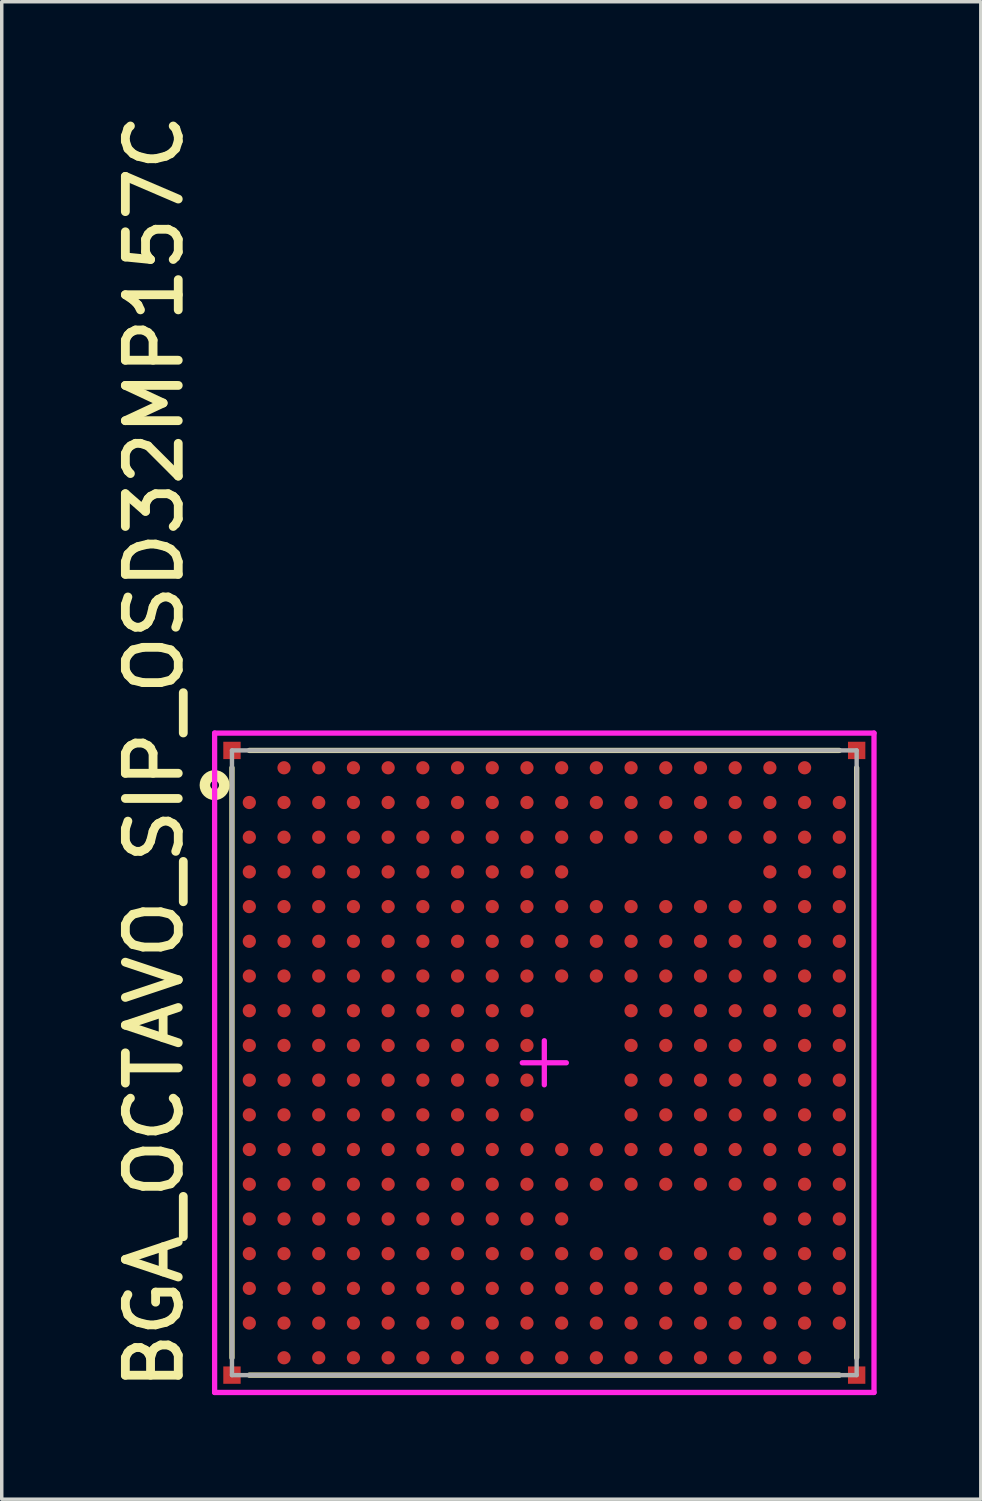
<source format=kicad_pcb>
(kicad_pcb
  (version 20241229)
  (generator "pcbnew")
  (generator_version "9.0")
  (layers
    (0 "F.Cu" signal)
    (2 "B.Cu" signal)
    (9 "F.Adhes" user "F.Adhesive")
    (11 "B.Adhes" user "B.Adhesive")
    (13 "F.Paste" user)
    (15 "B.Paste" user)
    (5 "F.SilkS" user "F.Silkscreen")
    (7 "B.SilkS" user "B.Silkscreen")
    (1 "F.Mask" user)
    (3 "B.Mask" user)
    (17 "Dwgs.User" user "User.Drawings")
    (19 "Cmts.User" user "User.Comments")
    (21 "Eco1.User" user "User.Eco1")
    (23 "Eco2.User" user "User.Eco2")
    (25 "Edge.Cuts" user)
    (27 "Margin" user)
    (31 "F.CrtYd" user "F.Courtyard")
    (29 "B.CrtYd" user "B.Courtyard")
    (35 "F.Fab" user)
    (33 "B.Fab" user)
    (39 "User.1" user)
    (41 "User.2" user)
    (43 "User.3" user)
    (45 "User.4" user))
  (footprint "BGA_OCTAVO_SIP_OSD32MP157C"
    (layer "F.Cu")
    (at 12.634 27.573)
    (property "Reference" "BGA_OCTAVO_SIP_OSD32MP157C" (at -10.348 9.533 90) (unlocked yes) (layer "F.SilkS") (effects (font (size 1.524 1.524) (thickness 0.254)) (justify left bottom)))
    (fp_line (start -9 8.5) (end -9 -8.5) (stroke (width 0.152) (type solid)) (layer "F.SilkS"))
    (fp_line (start 8.5 -9) (end -8.5 -9) (stroke (width 0.152) (type solid)) (layer "F.SilkS"))
    (fp_line (start 8.5 9) (end -8.5 9) (stroke (width 0.152) (type solid)) (layer "F.SilkS"))
    (fp_line (start 9 8.5) (end 9 -8.5) (stroke (width 0.152) (type solid)) (layer "F.SilkS"))
    (fp_circle (center -9.5 -8) (end -9.627 -8) (stroke (width 0.305) (type solid)) (fill no) (layer "F.SilkS"))
    (fp_line (start -9.5 9.5) (end -9.5 -9.5) (stroke (width 0.152) (type solid)) (layer "F.CrtYd"))
    (fp_line (start 0 0.635) (end 0 -0.635) (stroke (width 0.152) (type solid)) (layer "F.CrtYd"))
    (fp_line (start 0.635 0) (end -0.635 0) (stroke (width 0.152) (type solid)) (layer "F.CrtYd"))
    (fp_line (start 9.5 -9.5) (end -9.5 -9.5) (stroke (width 0.152) (type solid)) (layer "F.CrtYd"))
    (fp_line (start 9.5 9.5) (end -9.5 9.5) (stroke (width 0.152) (type solid)) (layer "F.CrtYd"))
    (fp_line (start 9.5 9.5) (end 9.5 -9.5) (stroke (width 0.152) (type solid)) (layer "F.CrtYd"))
    (fp_line (start -9 9) (end -9 -9) (stroke (width 0.127) (type solid)) (layer "F.Fab"))
    (fp_line (start 9 -9) (end -9 -9) (stroke (width 0.127) (type solid)) (layer "F.Fab"))
    (fp_line (start 9 9) (end -9 9) (stroke (width 0.127) (type solid)) (layer "F.Fab"))
    (fp_line (start 9 9) (end 9 -9) (stroke (width 0.127) (type solid)) (layer "F.Fab"))
    (fp_text user "${REFERENCE}" (at 0.381 0.432 90) (unlocked yes) (layer "User.6") (effects (font (size 0.635 0.635) (thickness 0.076))))
    (pad "0" smd rect (at -9 -9 90) (size 0.5 0.5) (layers "F.Cu" "F.Mask" "F.Paste"))
    (pad "0" smd rect (at -9 9 90) (size 0.5 0.5) (layers "F.Cu" "F.Mask" "F.Paste"))
    (pad "0" smd rect (at 9 -9 90) (size 0.5 0.5) (layers "F.Cu" "F.Mask" "F.Paste"))
    (pad "0" smd rect (at 9 9 90) (size 0.5 0.5) (layers "F.Cu" "F.Mask" "F.Paste"))
    (pad "A2" smd circle (at -7.5 -8.5) (size 0.381 0.381) (layers "F.Cu" "F.Mask" "F.Paste"))
    (pad "A3" smd circle (at -6.5 -8.5) (size 0.381 0.381) (layers "F.Cu" "F.Mask" "F.Paste"))
    (pad "A4" smd circle (at -5.5 -8.5) (size 0.381 0.381) (layers "F.Cu" "F.Mask" "F.Paste"))
    (pad "A5" smd circle (at -4.5 -8.5) (size 0.381 0.381) (layers "F.Cu" "F.Mask" "F.Paste"))
    (pad "A6" smd circle (at -3.5 -8.5) (size 0.381 0.381) (layers "F.Cu" "F.Mask" "F.Paste"))
    (pad "A7" smd circle (at -2.5 -8.5) (size 0.381 0.381) (layers "F.Cu" "F.Mask" "F.Paste"))
    (pad "A8" smd circle (at -1.5 -8.5) (size 0.381 0.381) (layers "F.Cu" "F.Mask" "F.Paste"))
    (pad "A9" smd circle (at -0.5 -8.5) (size 0.381 0.381) (layers "F.Cu" "F.Mask" "F.Paste"))
    (pad "A10" smd circle (at 0.5 -8.5) (size 0.381 0.381) (layers "F.Cu" "F.Mask" "F.Paste"))
    (pad "A11" smd circle (at 1.5 -8.5) (size 0.381 0.381) (layers "F.Cu" "F.Mask" "F.Paste"))
    (pad "A12" smd circle (at 2.5 -8.5) (size 0.381 0.381) (layers "F.Cu" "F.Mask" "F.Paste"))
    (pad "A13" smd circle (at 3.5 -8.5) (size 0.381 0.381) (layers "F.Cu" "F.Mask" "F.Paste"))
    (pad "A14" smd circle (at 4.5 -8.5) (size 0.381 0.381) (layers "F.Cu" "F.Mask" "F.Paste"))
    (pad "A15" smd circle (at 5.5 -8.5) (size 0.381 0.381) (layers "F.Cu" "F.Mask" "F.Paste"))
    (pad "A16" smd circle (at 6.5 -8.5) (size 0.381 0.381) (layers "F.Cu" "F.Mask" "F.Paste"))
    (pad "A17" smd circle (at 7.5 -8.5) (size 0.381 0.381) (layers "F.Cu" "F.Mask" "F.Paste"))
    (pad "B1" smd circle (at -8.5 -7.5) (size 0.381 0.381) (layers "F.Cu" "F.Mask" "F.Paste"))
    (pad "B2" smd circle (at -7.5 -7.5) (size 0.381 0.381) (layers "F.Cu" "F.Mask" "F.Paste"))
    (pad "B3" smd circle (at -6.5 -7.5) (size 0.381 0.381) (layers "F.Cu" "F.Mask" "F.Paste"))
    (pad "B4" smd circle (at -5.5 -7.5) (size 0.381 0.381) (layers "F.Cu" "F.Mask" "F.Paste"))
    (pad "B5" smd circle (at -4.5 -7.5) (size 0.381 0.381) (layers "F.Cu" "F.Mask" "F.Paste"))
    (pad "B6" smd circle (at -3.5 -7.5) (size 0.381 0.381) (layers "F.Cu" "F.Mask" "F.Paste"))
    (pad "B7" smd circle (at -2.5 -7.5) (size 0.381 0.381) (layers "F.Cu" "F.Mask" "F.Paste"))
    (pad "B8" smd circle (at -1.5 -7.5) (size 0.381 0.381) (layers "F.Cu" "F.Mask" "F.Paste"))
    (pad "B9" smd circle (at -0.5 -7.5) (size 0.381 0.381) (layers "F.Cu" "F.Mask" "F.Paste"))
    (pad "B10" smd circle (at 0.5 -7.5) (size 0.381 0.381) (layers "F.Cu" "F.Mask" "F.Paste"))
    (pad "B11" smd circle (at 1.5 -7.5) (size 0.381 0.381) (layers "F.Cu" "F.Mask" "F.Paste"))
    (pad "B12" smd circle (at 2.5 -7.5) (size 0.381 0.381) (layers "F.Cu" "F.Mask" "F.Paste"))
    (pad "B13" smd circle (at 3.5 -7.5) (size 0.381 0.381) (layers "F.Cu" "F.Mask" "F.Paste"))
    (pad "B14" smd circle (at 4.5 -7.5) (size 0.381 0.381) (layers "F.Cu" "F.Mask" "F.Paste"))
    (pad "B15" smd circle (at 5.5 -7.5) (size 0.381 0.381) (layers "F.Cu" "F.Mask" "F.Paste"))
    (pad "B16" smd circle (at 6.5 -7.5) (size 0.381 0.381) (layers "F.Cu" "F.Mask" "F.Paste"))
    (pad "B17" smd circle (at 7.5 -7.5) (size 0.381 0.381) (layers "F.Cu" "F.Mask" "F.Paste"))
    (pad "B18" smd circle (at 8.5 -7.5) (size 0.381 0.381) (layers "F.Cu" "F.Mask" "F.Paste"))
    (pad "C1" smd circle (at -8.5 -6.5) (size 0.381 0.381) (layers "F.Cu" "F.Mask" "F.Paste"))
    (pad "C2" smd circle (at -7.5 -6.5) (size 0.381 0.381) (layers "F.Cu" "F.Mask" "F.Paste"))
    (pad "C3" smd circle (at -6.5 -6.5) (size 0.381 0.381) (layers "F.Cu" "F.Mask" "F.Paste"))
    (pad "C4" smd circle (at -5.5 -6.5) (size 0.381 0.381) (layers "F.Cu" "F.Mask" "F.Paste"))
    (pad "C5" smd circle (at -4.5 -6.5) (size 0.381 0.381) (layers "F.Cu" "F.Mask" "F.Paste"))
    (pad "C6" smd circle (at -3.5 -6.5) (size 0.381 0.381) (layers "F.Cu" "F.Mask" "F.Paste"))
    (pad "C7" smd circle (at -2.5 -6.5) (size 0.381 0.381) (layers "F.Cu" "F.Mask" "F.Paste"))
    (pad "C8" smd circle (at -1.5 -6.5) (size 0.381 0.381) (layers "F.Cu" "F.Mask" "F.Paste"))
    (pad "C9" smd circle (at -0.5 -6.5) (size 0.381 0.381) (layers "F.Cu" "F.Mask" "F.Paste"))
    (pad "C10" smd circle (at 0.5 -6.5) (size 0.381 0.381) (layers "F.Cu" "F.Mask" "F.Paste"))
    (pad "C11" smd circle (at 1.5 -6.5) (size 0.381 0.381) (layers "F.Cu" "F.Mask" "F.Paste"))
    (pad "C12" smd circle (at 2.5 -6.5) (size 0.381 0.381) (layers "F.Cu" "F.Mask" "F.Paste"))
    (pad "C13" smd circle (at 3.5 -6.5) (size 0.381 0.381) (layers "F.Cu" "F.Mask" "F.Paste"))
    (pad "C14" smd circle (at 4.5 -6.5) (size 0.381 0.381) (layers "F.Cu" "F.Mask" "F.Paste"))
    (pad "C15" smd circle (at 5.5 -6.5) (size 0.381 0.381) (layers "F.Cu" "F.Mask" "F.Paste"))
    (pad "C16" smd circle (at 6.5 -6.5) (size 0.381 0.381) (layers "F.Cu" "F.Mask" "F.Paste"))
    (pad "C17" smd circle (at 7.5 -6.5) (size 0.381 0.381) (layers "F.Cu" "F.Mask" "F.Paste"))
    (pad "C18" smd circle (at 8.5 -6.5) (size 0.381 0.381) (layers "F.Cu" "F.Mask" "F.Paste"))
    (pad "D1" smd circle (at -8.5 -5.5) (size 0.381 0.381) (layers "F.Cu" "F.Mask" "F.Paste"))
    (pad "D2" smd circle (at -7.5 -5.5) (size 0.381 0.381) (layers "F.Cu" "F.Mask" "F.Paste"))
    (pad "D3" smd circle (at -6.5 -5.5) (size 0.381 0.381) (layers "F.Cu" "F.Mask" "F.Paste"))
    (pad "D4" smd circle (at -5.5 -5.5) (size 0.381 0.381) (layers "F.Cu" "F.Mask" "F.Paste"))
    (pad "D5" smd circle (at -4.5 -5.5) (size 0.381 0.381) (layers "F.Cu" "F.Mask" "F.Paste"))
    (pad "D6" smd circle (at -3.5 -5.5) (size 0.381 0.381) (layers "F.Cu" "F.Mask" "F.Paste"))
    (pad "D7" smd circle (at -2.5 -5.5) (size 0.381 0.381) (layers "F.Cu" "F.Mask" "F.Paste"))
    (pad "D8" smd circle (at -1.5 -5.5) (size 0.381 0.381) (layers "F.Cu" "F.Mask" "F.Paste"))
    (pad "D9" smd circle (at -0.5 -5.5) (size 0.381 0.381) (layers "F.Cu" "F.Mask" "F.Paste"))
    (pad "D10" smd circle (at 0.5 -5.5) (size 0.381 0.381) (layers "F.Cu" "F.Mask" "F.Paste"))
    (pad "D16" smd circle (at 6.5 -5.5) (size 0.381 0.381) (layers "F.Cu" "F.Mask" "F.Paste"))
    (pad "D17" smd circle (at 7.5 -5.5) (size 0.381 0.381) (layers "F.Cu" "F.Mask" "F.Paste"))
    (pad "D18" smd circle (at 8.5 -5.5) (size 0.381 0.381) (layers "F.Cu" "F.Mask" "F.Paste"))
    (pad "E1" smd circle (at -8.5 -4.5) (size 0.381 0.381) (layers "F.Cu" "F.Mask" "F.Paste"))
    (pad "E2" smd circle (at -7.5 -4.5) (size 0.381 0.381) (layers "F.Cu" "F.Mask" "F.Paste"))
    (pad "E3" smd circle (at -6.5 -4.5) (size 0.381 0.381) (layers "F.Cu" "F.Mask" "F.Paste"))
    (pad "E4" smd circle (at -5.5 -4.5) (size 0.381 0.381) (layers "F.Cu" "F.Mask" "F.Paste"))
    (pad "E5" smd circle (at -4.5 -4.5) (size 0.381 0.381) (layers "F.Cu" "F.Mask" "F.Paste"))
    (pad "E6" smd circle (at -3.5 -4.5) (size 0.381 0.381) (layers "F.Cu" "F.Mask" "F.Paste"))
    (pad "E7" smd circle (at -2.5 -4.5) (size 0.381 0.381) (layers "F.Cu" "F.Mask" "F.Paste"))
    (pad "E8" smd circle (at -1.5 -4.5) (size 0.381 0.381) (layers "F.Cu" "F.Mask" "F.Paste"))
    (pad "E9" smd circle (at -0.5 -4.5) (size 0.381 0.381) (layers "F.Cu" "F.Mask" "F.Paste"))
    (pad "E10" smd circle (at 0.5 -4.5) (size 0.381 0.381) (layers "F.Cu" "F.Mask" "F.Paste"))
    (pad "E11" smd circle (at 1.5 -4.5) (size 0.381 0.381) (layers "F.Cu" "F.Mask" "F.Paste"))
    (pad "E12" smd circle (at 2.5 -4.5) (size 0.381 0.381) (layers "F.Cu" "F.Mask" "F.Paste"))
    (pad "E13" smd circle (at 3.5 -4.5) (size 0.381 0.381) (layers "F.Cu" "F.Mask" "F.Paste"))
    (pad "E14" smd circle (at 4.5 -4.5) (size 0.381 0.381) (layers "F.Cu" "F.Mask" "F.Paste"))
    (pad "E15" smd circle (at 5.5 -4.5) (size 0.381 0.381) (layers "F.Cu" "F.Mask" "F.Paste"))
    (pad "E16" smd circle (at 6.5 -4.5) (size 0.381 0.381) (layers "F.Cu" "F.Mask" "F.Paste"))
    (pad "E17" smd circle (at 7.5 -4.5) (size 0.381 0.381) (layers "F.Cu" "F.Mask" "F.Paste"))
    (pad "E18" smd circle (at 8.5 -4.5) (size 0.381 0.381) (layers "F.Cu" "F.Mask" "F.Paste"))
    (pad "F1" smd circle (at -8.5 -3.5) (size 0.381 0.381) (layers "F.Cu" "F.Mask" "F.Paste"))
    (pad "F2" smd circle (at -7.5 -3.5) (size 0.381 0.381) (layers "F.Cu" "F.Mask" "F.Paste"))
    (pad "F3" smd circle (at -6.5 -3.5) (size 0.381 0.381) (layers "F.Cu" "F.Mask" "F.Paste"))
    (pad "F4" smd circle (at -5.5 -3.5) (size 0.381 0.381) (layers "F.Cu" "F.Mask" "F.Paste"))
    (pad "F5" smd circle (at -4.5 -3.5) (size 0.381 0.381) (layers "F.Cu" "F.Mask" "F.Paste"))
    (pad "F6" smd circle (at -3.5 -3.5) (size 0.381 0.381) (layers "F.Cu" "F.Mask" "F.Paste"))
    (pad "F7" smd circle (at -2.5 -3.5) (size 0.381 0.381) (layers "F.Cu" "F.Mask" "F.Paste"))
    (pad "F8" smd circle (at -1.5 -3.5) (size 0.381 0.381) (layers "F.Cu" "F.Mask" "F.Paste"))
    (pad "F9" smd circle (at -0.5 -3.5) (size 0.381 0.381) (layers "F.Cu" "F.Mask" "F.Paste"))
    (pad "F10" smd circle (at 0.5 -3.5) (size 0.381 0.381) (layers "F.Cu" "F.Mask" "F.Paste"))
    (pad "F11" smd circle (at 1.5 -3.5) (size 0.381 0.381) (layers "F.Cu" "F.Mask" "F.Paste"))
    (pad "F12" smd circle (at 2.5 -3.5) (size 0.381 0.381) (layers "F.Cu" "F.Mask" "F.Paste"))
    (pad "F13" smd circle (at 3.5 -3.5) (size 0.381 0.381) (layers "F.Cu" "F.Mask" "F.Paste"))
    (pad "F14" smd circle (at 4.5 -3.5) (size 0.381 0.381) (layers "F.Cu" "F.Mask" "F.Paste"))
    (pad "F15" smd circle (at 5.5 -3.5) (size 0.381 0.381) (layers "F.Cu" "F.Mask" "F.Paste"))
    (pad "F16" smd circle (at 6.5 -3.5) (size 0.381 0.381) (layers "F.Cu" "F.Mask" "F.Paste"))
    (pad "F17" smd circle (at 7.5 -3.5) (size 0.381 0.381) (layers "F.Cu" "F.Mask" "F.Paste"))
    (pad "F18" smd circle (at 8.5 -3.5) (size 0.381 0.381) (layers "F.Cu" "F.Mask" "F.Paste"))
    (pad "G1" smd circle (at -8.5 -2.5) (size 0.381 0.381) (layers "F.Cu" "F.Mask" "F.Paste"))
    (pad "G2" smd circle (at -7.5 -2.5) (size 0.381 0.381) (layers "F.Cu" "F.Mask" "F.Paste"))
    (pad "G3" smd circle (at -6.5 -2.5) (size 0.381 0.381) (layers "F.Cu" "F.Mask" "F.Paste"))
    (pad "G4" smd circle (at -5.5 -2.5) (size 0.381 0.381) (layers "F.Cu" "F.Mask" "F.Paste"))
    (pad "G5" smd circle (at -4.5 -2.5) (size 0.381 0.381) (layers "F.Cu" "F.Mask" "F.Paste"))
    (pad "G6" smd circle (at -3.5 -2.5) (size 0.381 0.381) (layers "F.Cu" "F.Mask" "F.Paste"))
    (pad "G7" smd circle (at -2.5 -2.5) (size 0.381 0.381) (layers "F.Cu" "F.Mask" "F.Paste"))
    (pad "G8" smd circle (at -1.5 -2.5) (size 0.381 0.381) (layers "F.Cu" "F.Mask" "F.Paste"))
    (pad "G9" smd circle (at -0.5 -2.5) (size 0.381 0.381) (layers "F.Cu" "F.Mask" "F.Paste"))
    (pad "G10" smd circle (at 0.5 -2.5) (size 0.381 0.381) (layers "F.Cu" "F.Mask" "F.Paste"))
    (pad "G11" smd circle (at 1.5 -2.5) (size 0.381 0.381) (layers "F.Cu" "F.Mask" "F.Paste"))
    (pad "G12" smd circle (at 2.5 -2.5) (size 0.381 0.381) (layers "F.Cu" "F.Mask" "F.Paste"))
    (pad "G13" smd circle (at 3.5 -2.5) (size 0.381 0.381) (layers "F.Cu" "F.Mask" "F.Paste"))
    (pad "G14" smd circle (at 4.5 -2.5) (size 0.381 0.381) (layers "F.Cu" "F.Mask" "F.Paste"))
    (pad "G15" smd circle (at 5.5 -2.5) (size 0.381 0.381) (layers "F.Cu" "F.Mask" "F.Paste"))
    (pad "G16" smd circle (at 6.5 -2.5) (size 0.381 0.381) (layers "F.Cu" "F.Mask" "F.Paste"))
    (pad "G17" smd circle (at 7.5 -2.5) (size 0.381 0.381) (layers "F.Cu" "F.Mask" "F.Paste"))
    (pad "G18" smd circle (at 8.5 -2.5) (size 0.381 0.381) (layers "F.Cu" "F.Mask" "F.Paste"))
    (pad "H1" smd circle (at -8.5 -1.5) (size 0.381 0.381) (layers "F.Cu" "F.Mask" "F.Paste"))
    (pad "H2" smd circle (at -7.5 -1.5) (size 0.381 0.381) (layers "F.Cu" "F.Mask" "F.Paste"))
    (pad "H3" smd circle (at -6.5 -1.5) (size 0.381 0.381) (layers "F.Cu" "F.Mask" "F.Paste"))
    (pad "H4" smd circle (at -5.5 -1.5) (size 0.381 0.381) (layers "F.Cu" "F.Mask" "F.Paste"))
    (pad "H5" smd circle (at -4.5 -1.5) (size 0.381 0.381) (layers "F.Cu" "F.Mask" "F.Paste"))
    (pad "H6" smd circle (at -3.5 -1.5) (size 0.381 0.381) (layers "F.Cu" "F.Mask" "F.Paste"))
    (pad "H7" smd circle (at -2.5 -1.5) (size 0.381 0.381) (layers "F.Cu" "F.Mask" "F.Paste"))
    (pad "H8" smd circle (at -1.5 -1.5) (size 0.381 0.381) (layers "F.Cu" "F.Mask" "F.Paste"))
    (pad "H9" smd circle (at -0.5 -1.5) (size 0.381 0.381) (layers "F.Cu" "F.Mask" "F.Paste"))
    (pad "H12" smd circle (at 2.5 -1.5) (size 0.381 0.381) (layers "F.Cu" "F.Mask" "F.Paste"))
    (pad "H13" smd circle (at 3.5 -1.5) (size 0.381 0.381) (layers "F.Cu" "F.Mask" "F.Paste"))
    (pad "H14" smd circle (at 4.5 -1.5) (size 0.381 0.381) (layers "F.Cu" "F.Mask" "F.Paste"))
    (pad "H15" smd circle (at 5.5 -1.5) (size 0.381 0.381) (layers "F.Cu" "F.Mask" "F.Paste"))
    (pad "H16" smd circle (at 6.5 -1.5) (size 0.381 0.381) (layers "F.Cu" "F.Mask" "F.Paste"))
    (pad "H17" smd circle (at 7.5 -1.5) (size 0.381 0.381) (layers "F.Cu" "F.Mask" "F.Paste"))
    (pad "H18" smd circle (at 8.5 -1.5) (size 0.381 0.381) (layers "F.Cu" "F.Mask" "F.Paste"))
    (pad "J1" smd circle (at -8.5 -0.5) (size 0.381 0.381) (layers "F.Cu" "F.Mask" "F.Paste"))
    (pad "J2" smd circle (at -7.5 -0.5) (size 0.381 0.381) (layers "F.Cu" "F.Mask" "F.Paste"))
    (pad "J3" smd circle (at -6.5 -0.5) (size 0.381 0.381) (layers "F.Cu" "F.Mask" "F.Paste"))
    (pad "J4" smd circle (at -5.5 -0.5) (size 0.381 0.381) (layers "F.Cu" "F.Mask" "F.Paste"))
    (pad "J5" smd circle (at -4.5 -0.5) (size 0.381 0.381) (layers "F.Cu" "F.Mask" "F.Paste"))
    (pad "J6" smd circle (at -3.5 -0.5) (size 0.381 0.381) (layers "F.Cu" "F.Mask" "F.Paste"))
    (pad "J7" smd circle (at -2.5 -0.5) (size 0.381 0.381) (layers "F.Cu" "F.Mask" "F.Paste"))
    (pad "J8" smd circle (at -1.5 -0.5) (size 0.381 0.381) (layers "F.Cu" "F.Mask" "F.Paste"))
    (pad "J9" smd circle (at -0.5 -0.5) (size 0.381 0.381) (layers "F.Cu" "F.Mask" "F.Paste"))
    (pad "J12" smd circle (at 2.5 -0.5) (size 0.381 0.381) (layers "F.Cu" "F.Mask" "F.Paste"))
    (pad "J13" smd circle (at 3.5 -0.5) (size 0.381 0.381) (layers "F.Cu" "F.Mask" "F.Paste"))
    (pad "J14" smd circle (at 4.5 -0.5) (size 0.381 0.381) (layers "F.Cu" "F.Mask" "F.Paste"))
    (pad "J15" smd circle (at 5.5 -0.5) (size 0.381 0.381) (layers "F.Cu" "F.Mask" "F.Paste"))
    (pad "J16" smd circle (at 6.5 -0.5) (size 0.381 0.381) (layers "F.Cu" "F.Mask" "F.Paste"))
    (pad "J17" smd circle (at 7.5 -0.5) (size 0.381 0.381) (layers "F.Cu" "F.Mask" "F.Paste"))
    (pad "J18" smd circle (at 8.5 -0.5) (size 0.381 0.381) (layers "F.Cu" "F.Mask" "F.Paste"))
    (pad "K1" smd circle (at -8.5 0.5) (size 0.381 0.381) (layers "F.Cu" "F.Mask" "F.Paste"))
    (pad "K2" smd circle (at -7.5 0.5) (size 0.381 0.381) (layers "F.Cu" "F.Mask" "F.Paste"))
    (pad "K3" smd circle (at -6.5 0.5) (size 0.381 0.381) (layers "F.Cu" "F.Mask" "F.Paste"))
    (pad "K4" smd circle (at -5.5 0.5) (size 0.381 0.381) (layers "F.Cu" "F.Mask" "F.Paste"))
    (pad "K5" smd circle (at -4.5 0.5) (size 0.381 0.381) (layers "F.Cu" "F.Mask" "F.Paste"))
    (pad "K6" smd circle (at -3.5 0.5) (size 0.381 0.381) (layers "F.Cu" "F.Mask" "F.Paste"))
    (pad "K7" smd circle (at -2.5 0.5) (size 0.381 0.381) (layers "F.Cu" "F.Mask" "F.Paste"))
    (pad "K8" smd circle (at -1.5 0.5) (size 0.381 0.381) (layers "F.Cu" "F.Mask" "F.Paste"))
    (pad "K9" smd circle (at -0.5 0.5) (size 0.381 0.381) (layers "F.Cu" "F.Mask" "F.Paste"))
    (pad "K12" smd circle (at 2.5 0.5) (size 0.381 0.381) (layers "F.Cu" "F.Mask" "F.Paste"))
    (pad "K13" smd circle (at 3.5 0.5) (size 0.381 0.381) (layers "F.Cu" "F.Mask" "F.Paste"))
    (pad "K14" smd circle (at 4.5 0.5) (size 0.381 0.381) (layers "F.Cu" "F.Mask" "F.Paste"))
    (pad "K15" smd circle (at 5.5 0.5) (size 0.381 0.381) (layers "F.Cu" "F.Mask" "F.Paste"))
    (pad "K16" smd circle (at 6.5 0.5) (size 0.381 0.381) (layers "F.Cu" "F.Mask" "F.Paste"))
    (pad "K17" smd circle (at 7.5 0.5) (size 0.381 0.381) (layers "F.Cu" "F.Mask" "F.Paste"))
    (pad "K18" smd circle (at 8.5 0.5) (size 0.381 0.381) (layers "F.Cu" "F.Mask" "F.Paste"))
    (pad "L1" smd circle (at -8.5 1.5) (size 0.381 0.381) (layers "F.Cu" "F.Mask" "F.Paste"))
    (pad "L2" smd circle (at -7.5 1.5) (size 0.381 0.381) (layers "F.Cu" "F.Mask" "F.Paste"))
    (pad "L3" smd circle (at -6.5 1.5) (size 0.381 0.381) (layers "F.Cu" "F.Mask" "F.Paste"))
    (pad "L4" smd circle (at -5.5 1.5) (size 0.381 0.381) (layers "F.Cu" "F.Mask" "F.Paste"))
    (pad "L5" smd circle (at -4.5 1.5) (size 0.381 0.381) (layers "F.Cu" "F.Mask" "F.Paste"))
    (pad "L6" smd circle (at -3.5 1.5) (size 0.381 0.381) (layers "F.Cu" "F.Mask" "F.Paste"))
    (pad "L7" smd circle (at -2.5 1.5) (size 0.381 0.381) (layers "F.Cu" "F.Mask" "F.Paste"))
    (pad "L8" smd circle (at -1.5 1.5) (size 0.381 0.381) (layers "F.Cu" "F.Mask" "F.Paste"))
    (pad "L9" smd circle (at -0.5 1.5) (size 0.381 0.381) (layers "F.Cu" "F.Mask" "F.Paste"))
    (pad "L12" smd circle (at 2.5 1.5) (size 0.381 0.381) (layers "F.Cu" "F.Mask" "F.Paste"))
    (pad "L13" smd circle (at 3.5 1.5) (size 0.381 0.381) (layers "F.Cu" "F.Mask" "F.Paste"))
    (pad "L14" smd circle (at 4.5 1.5) (size 0.381 0.381) (layers "F.Cu" "F.Mask" "F.Paste"))
    (pad "L15" smd circle (at 5.5 1.5) (size 0.381 0.381) (layers "F.Cu" "F.Mask" "F.Paste"))
    (pad "L16" smd circle (at 6.5 1.5) (size 0.381 0.381) (layers "F.Cu" "F.Mask" "F.Paste"))
    (pad "L17" smd circle (at 7.5 1.5) (size 0.381 0.381) (layers "F.Cu" "F.Mask" "F.Paste"))
    (pad "L18" smd circle (at 8.5 1.5) (size 0.381 0.381) (layers "F.Cu" "F.Mask" "F.Paste"))
    (pad "M1" smd circle (at -8.5 2.5) (size 0.381 0.381) (layers "F.Cu" "F.Mask" "F.Paste"))
    (pad "M2" smd circle (at -7.5 2.5) (size 0.381 0.381) (layers "F.Cu" "F.Mask" "F.Paste"))
    (pad "M3" smd circle (at -6.5 2.5) (size 0.381 0.381) (layers "F.Cu" "F.Mask" "F.Paste"))
    (pad "M4" smd circle (at -5.5 2.5) (size 0.381 0.381) (layers "F.Cu" "F.Mask" "F.Paste"))
    (pad "M5" smd circle (at -4.5 2.5) (size 0.381 0.381) (layers "F.Cu" "F.Mask" "F.Paste"))
    (pad "M6" smd circle (at -3.5 2.5) (size 0.381 0.381) (layers "F.Cu" "F.Mask" "F.Paste"))
    (pad "M7" smd circle (at -2.5 2.5) (size 0.381 0.381) (layers "F.Cu" "F.Mask" "F.Paste"))
    (pad "M8" smd circle (at -1.5 2.5) (size 0.381 0.381) (layers "F.Cu" "F.Mask" "F.Paste"))
    (pad "M9" smd circle (at -0.5 2.5) (size 0.381 0.381) (layers "F.Cu" "F.Mask" "F.Paste"))
    (pad "M10" smd circle (at 0.5 2.5) (size 0.381 0.381) (layers "F.Cu" "F.Mask" "F.Paste"))
    (pad "M11" smd circle (at 1.5 2.5) (size 0.381 0.381) (layers "F.Cu" "F.Mask" "F.Paste"))
    (pad "M12" smd circle (at 2.5 2.5) (size 0.381 0.381) (layers "F.Cu" "F.Mask" "F.Paste"))
    (pad "M13" smd circle (at 3.5 2.5) (size 0.381 0.381) (layers "F.Cu" "F.Mask" "F.Paste"))
    (pad "M14" smd circle (at 4.5 2.5) (size 0.381 0.381) (layers "F.Cu" "F.Mask" "F.Paste"))
    (pad "M15" smd circle (at 5.5 2.5) (size 0.381 0.381) (layers "F.Cu" "F.Mask" "F.Paste"))
    (pad "M16" smd circle (at 6.5 2.5) (size 0.381 0.381) (layers "F.Cu" "F.Mask" "F.Paste"))
    (pad "M17" smd circle (at 7.5 2.5) (size 0.381 0.381) (layers "F.Cu" "F.Mask" "F.Paste"))
    (pad "M18" smd circle (at 8.5 2.5) (size 0.381 0.381) (layers "F.Cu" "F.Mask" "F.Paste"))
    (pad "N1" smd circle (at -8.5 3.5) (size 0.381 0.381) (layers "F.Cu" "F.Mask" "F.Paste"))
    (pad "N2" smd circle (at -7.5 3.5) (size 0.381 0.381) (layers "F.Cu" "F.Mask" "F.Paste"))
    (pad "N3" smd circle (at -6.5 3.5) (size 0.381 0.381) (layers "F.Cu" "F.Mask" "F.Paste"))
    (pad "N4" smd circle (at -5.5 3.5) (size 0.381 0.381) (layers "F.Cu" "F.Mask" "F.Paste"))
    (pad "N5" smd circle (at -4.5 3.5) (size 0.381 0.381) (layers "F.Cu" "F.Mask" "F.Paste"))
    (pad "N6" smd circle (at -3.5 3.5) (size 0.381 0.381) (layers "F.Cu" "F.Mask" "F.Paste"))
    (pad "N7" smd circle (at -2.5 3.5) (size 0.381 0.381) (layers "F.Cu" "F.Mask" "F.Paste"))
    (pad "N8" smd circle (at -1.5 3.5) (size 0.381 0.381) (layers "F.Cu" "F.Mask" "F.Paste"))
    (pad "N9" smd circle (at -0.5 3.5) (size 0.381 0.381) (layers "F.Cu" "F.Mask" "F.Paste"))
    (pad "N10" smd circle (at 0.5 3.5) (size 0.381 0.381) (layers "F.Cu" "F.Mask" "F.Paste"))
    (pad "N11" smd circle (at 1.5 3.5) (size 0.381 0.381) (layers "F.Cu" "F.Mask" "F.Paste"))
    (pad "N12" smd circle (at 2.5 3.5) (size 0.381 0.381) (layers "F.Cu" "F.Mask" "F.Paste"))
    (pad "N13" smd circle (at 3.5 3.5) (size 0.381 0.381) (layers "F.Cu" "F.Mask" "F.Paste"))
    (pad "N14" smd circle (at 4.5 3.5) (size 0.381 0.381) (layers "F.Cu" "F.Mask" "F.Paste"))
    (pad "N15" smd circle (at 5.5 3.5) (size 0.381 0.381) (layers "F.Cu" "F.Mask" "F.Paste"))
    (pad "N16" smd circle (at 6.5 3.5) (size 0.381 0.381) (layers "F.Cu" "F.Mask" "F.Paste"))
    (pad "N17" smd circle (at 7.5 3.5) (size 0.381 0.381) (layers "F.Cu" "F.Mask" "F.Paste"))
    (pad "N18" smd circle (at 8.5 3.5) (size 0.381 0.381) (layers "F.Cu" "F.Mask" "F.Paste"))
    (pad "P1" smd circle (at -8.5 4.5) (size 0.381 0.381) (layers "F.Cu" "F.Mask" "F.Paste"))
    (pad "P2" smd circle (at -7.5 4.5) (size 0.381 0.381) (layers "F.Cu" "F.Mask" "F.Paste"))
    (pad "P3" smd circle (at -6.5 4.5) (size 0.381 0.381) (layers "F.Cu" "F.Mask" "F.Paste"))
    (pad "P4" smd circle (at -5.5 4.5) (size 0.381 0.381) (layers "F.Cu" "F.Mask" "F.Paste"))
    (pad "P5" smd circle (at -4.5 4.5) (size 0.381 0.381) (layers "F.Cu" "F.Mask" "F.Paste"))
    (pad "P6" smd circle (at -3.5 4.5) (size 0.381 0.381) (layers "F.Cu" "F.Mask" "F.Paste"))
    (pad "P7" smd circle (at -2.5 4.5) (size 0.381 0.381) (layers "F.Cu" "F.Mask" "F.Paste"))
    (pad "P8" smd circle (at -1.5 4.5) (size 0.381 0.381) (layers "F.Cu" "F.Mask" "F.Paste"))
    (pad "P9" smd circle (at -0.5 4.5) (size 0.381 0.381) (layers "F.Cu" "F.Mask" "F.Paste"))
    (pad "P10" smd circle (at 0.5 4.5) (size 0.381 0.381) (layers "F.Cu" "F.Mask" "F.Paste"))
    (pad "P16" smd circle (at 6.5 4.5) (size 0.381 0.381) (layers "F.Cu" "F.Mask" "F.Paste"))
    (pad "P17" smd circle (at 7.5 4.5) (size 0.381 0.381) (layers "F.Cu" "F.Mask" "F.Paste"))
    (pad "P18" smd circle (at 8.5 4.5) (size 0.381 0.381) (layers "F.Cu" "F.Mask" "F.Paste"))
    (pad "R1" smd circle (at -8.5 5.5) (size 0.381 0.381) (layers "F.Cu" "F.Mask" "F.Paste"))
    (pad "R2" smd circle (at -7.5 5.5) (size 0.381 0.381) (layers "F.Cu" "F.Mask" "F.Paste"))
    (pad "R3" smd circle (at -6.5 5.5) (size 0.381 0.381) (layers "F.Cu" "F.Mask" "F.Paste"))
    (pad "R4" smd circle (at -5.5 5.5) (size 0.381 0.381) (layers "F.Cu" "F.Mask" "F.Paste"))
    (pad "R5" smd circle (at -4.5 5.5) (size 0.381 0.381) (layers "F.Cu" "F.Mask" "F.Paste"))
    (pad "R6" smd circle (at -3.5 5.5) (size 0.381 0.381) (layers "F.Cu" "F.Mask" "F.Paste"))
    (pad "R7" smd circle (at -2.5 5.5) (size 0.381 0.381) (layers "F.Cu" "F.Mask" "F.Paste"))
    (pad "R8" smd circle (at -1.5 5.5) (size 0.381 0.381) (layers "F.Cu" "F.Mask" "F.Paste"))
    (pad "R9" smd circle (at -0.5 5.5) (size 0.381 0.381) (layers "F.Cu" "F.Mask" "F.Paste"))
    (pad "R10" smd circle (at 0.5 5.5) (size 0.381 0.381) (layers "F.Cu" "F.Mask" "F.Paste"))
    (pad "R11" smd circle (at 1.5 5.5) (size 0.381 0.381) (layers "F.Cu" "F.Mask" "F.Paste"))
    (pad "R12" smd circle (at 2.5 5.5) (size 0.381 0.381) (layers "F.Cu" "F.Mask" "F.Paste"))
    (pad "R13" smd circle (at 3.5 5.5) (size 0.381 0.381) (layers "F.Cu" "F.Mask" "F.Paste"))
    (pad "R14" smd circle (at 4.5 5.5) (size 0.381 0.381) (layers "F.Cu" "F.Mask" "F.Paste"))
    (pad "R15" smd circle (at 5.5 5.5) (size 0.381 0.381) (layers "F.Cu" "F.Mask" "F.Paste"))
    (pad "R16" smd circle (at 6.5 5.5) (size 0.381 0.381) (layers "F.Cu" "F.Mask" "F.Paste"))
    (pad "R17" smd circle (at 7.5 5.5) (size 0.381 0.381) (layers "F.Cu" "F.Mask" "F.Paste"))
    (pad "R18" smd circle (at 8.5 5.5) (size 0.381 0.381) (layers "F.Cu" "F.Mask" "F.Paste"))
    (pad "T1" smd circle (at -8.5 6.5) (size 0.381 0.381) (layers "F.Cu" "F.Mask" "F.Paste"))
    (pad "T2" smd circle (at -7.5 6.5) (size 0.381 0.381) (layers "F.Cu" "F.Mask" "F.Paste"))
    (pad "T3" smd circle (at -6.5 6.5) (size 0.381 0.381) (layers "F.Cu" "F.Mask" "F.Paste"))
    (pad "T4" smd circle (at -5.5 6.5) (size 0.381 0.381) (layers "F.Cu" "F.Mask" "F.Paste"))
    (pad "T5" smd circle (at -4.5 6.5) (size 0.381 0.381) (layers "F.Cu" "F.Mask" "F.Paste"))
    (pad "T6" smd circle (at -3.5 6.5) (size 0.381 0.381) (layers "F.Cu" "F.Mask" "F.Paste"))
    (pad "T7" smd circle (at -2.5 6.5) (size 0.381 0.381) (layers "F.Cu" "F.Mask" "F.Paste"))
    (pad "T8" smd circle (at -1.5 6.5) (size 0.381 0.381) (layers "F.Cu" "F.Mask" "F.Paste"))
    (pad "T9" smd circle (at -0.5 6.5) (size 0.381 0.381) (layers "F.Cu" "F.Mask" "F.Paste"))
    (pad "T10" smd circle (at 0.5 6.5) (size 0.381 0.381) (layers "F.Cu" "F.Mask" "F.Paste"))
    (pad "T11" smd circle (at 1.5 6.5) (size 0.381 0.381) (layers "F.Cu" "F.Mask" "F.Paste"))
    (pad "T12" smd circle (at 2.5 6.5) (size 0.381 0.381) (layers "F.Cu" "F.Mask" "F.Paste"))
    (pad "T13" smd circle (at 3.5 6.5) (size 0.381 0.381) (layers "F.Cu" "F.Mask" "F.Paste"))
    (pad "T14" smd circle (at 4.5 6.5) (size 0.381 0.381) (layers "F.Cu" "F.Mask" "F.Paste"))
    (pad "T15" smd circle (at 5.5 6.5) (size 0.381 0.381) (layers "F.Cu" "F.Mask" "F.Paste"))
    (pad "T16" smd circle (at 6.5 6.5) (size 0.381 0.381) (layers "F.Cu" "F.Mask" "F.Paste"))
    (pad "T17" smd circle (at 7.5 6.5) (size 0.381 0.381) (layers "F.Cu" "F.Mask" "F.Paste"))
    (pad "T18" smd circle (at 8.5 6.5) (size 0.381 0.381) (layers "F.Cu" "F.Mask" "F.Paste"))
    (pad "U1" smd circle (at -8.5 7.5) (size 0.381 0.381) (layers "F.Cu" "F.Mask" "F.Paste"))
    (pad "U2" smd circle (at -7.5 7.5) (size 0.381 0.381) (layers "F.Cu" "F.Mask" "F.Paste"))
    (pad "U3" smd circle (at -6.5 7.5) (size 0.381 0.381) (layers "F.Cu" "F.Mask" "F.Paste"))
    (pad "U4" smd circle (at -5.5 7.5) (size 0.381 0.381) (layers "F.Cu" "F.Mask" "F.Paste"))
    (pad "U5" smd circle (at -4.5 7.5) (size 0.381 0.381) (layers "F.Cu" "F.Mask" "F.Paste"))
    (pad "U6" smd circle (at -3.5 7.5) (size 0.381 0.381) (layers "F.Cu" "F.Mask" "F.Paste"))
    (pad "U7" smd circle (at -2.5 7.5) (size 0.381 0.381) (layers "F.Cu" "F.Mask" "F.Paste"))
    (pad "U8" smd circle (at -1.5 7.5) (size 0.381 0.381) (layers "F.Cu" "F.Mask" "F.Paste"))
    (pad "U9" smd circle (at -0.5 7.5) (size 0.381 0.381) (layers "F.Cu" "F.Mask" "F.Paste"))
    (pad "U10" smd circle (at 0.5 7.5) (size 0.381 0.381) (layers "F.Cu" "F.Mask" "F.Paste"))
    (pad "U11" smd circle (at 1.5 7.5) (size 0.381 0.381) (layers "F.Cu" "F.Mask" "F.Paste"))
    (pad "U12" smd circle (at 2.5 7.5) (size 0.381 0.381) (layers "F.Cu" "F.Mask" "F.Paste"))
    (pad "U13" smd circle (at 3.5 7.5) (size 0.381 0.381) (layers "F.Cu" "F.Mask" "F.Paste"))
    (pad "U14" smd circle (at 4.5 7.5) (size 0.381 0.381) (layers "F.Cu" "F.Mask" "F.Paste"))
    (pad "U15" smd circle (at 5.5 7.5) (size 0.381 0.381) (layers "F.Cu" "F.Mask" "F.Paste"))
    (pad "U16" smd circle (at 6.5 7.5) (size 0.381 0.381) (layers "F.Cu" "F.Mask" "F.Paste"))
    (pad "U17" smd circle (at 7.5 7.5) (size 0.381 0.381) (layers "F.Cu" "F.Mask" "F.Paste"))
    (pad "U18" smd circle (at 8.5 7.5) (size 0.381 0.381) (layers "F.Cu" "F.Mask" "F.Paste"))
    (pad "V2" smd circle (at -7.5 8.5) (size 0.381 0.381) (layers "F.Cu" "F.Mask" "F.Paste"))
    (pad "V3" smd circle (at -6.5 8.5) (size 0.381 0.381) (layers "F.Cu" "F.Mask" "F.Paste"))
    (pad "V4" smd circle (at -5.5 8.5) (size 0.381 0.381) (layers "F.Cu" "F.Mask" "F.Paste"))
    (pad "V5" smd circle (at -4.5 8.5) (size 0.381 0.381) (layers "F.Cu" "F.Mask" "F.Paste"))
    (pad "V6" smd circle (at -3.5 8.5) (size 0.381 0.381) (layers "F.Cu" "F.Mask" "F.Paste"))
    (pad "V7" smd circle (at -2.5 8.5) (size 0.381 0.381) (layers "F.Cu" "F.Mask" "F.Paste"))
    (pad "V8" smd circle (at -1.5 8.5) (size 0.381 0.381) (layers "F.Cu" "F.Mask" "F.Paste"))
    (pad "V9" smd circle (at -0.5 8.5) (size 0.381 0.381) (layers "F.Cu" "F.Mask" "F.Paste"))
    (pad "V10" smd circle (at 0.5 8.5) (size 0.381 0.381) (layers "F.Cu" "F.Mask" "F.Paste"))
    (pad "V11" smd circle (at 1.5 8.5) (size 0.381 0.381) (layers "F.Cu" "F.Mask" "F.Paste"))
    (pad "V12" smd circle (at 2.5 8.5) (size 0.381 0.381) (layers "F.Cu" "F.Mask" "F.Paste"))
    (pad "V13" smd circle (at 3.5 8.5) (size 0.381 0.381) (layers "F.Cu" "F.Mask" "F.Paste"))
    (pad "V14" smd circle (at 4.5 8.5) (size 0.381 0.381) (layers "F.Cu" "F.Mask" "F.Paste"))
    (pad "V15" smd circle (at 5.5 8.5) (size 0.381 0.381) (layers "F.Cu" "F.Mask" "F.Paste"))
    (pad "V16" smd circle (at 6.5 8.5) (size 0.381 0.381) (layers "F.Cu" "F.Mask" "F.Paste"))
    (pad "V17" smd circle (at 7.5 8.5) (size 0.381 0.381) (layers "F.Cu" "F.Mask" "F.Paste")))
  (gr_rect
    (start -3 -3)
    (end 25.211 40.149)
    (stroke (width 0.1) (type default))
    (fill no)
    (layer "Edge.Cuts")))
</source>
